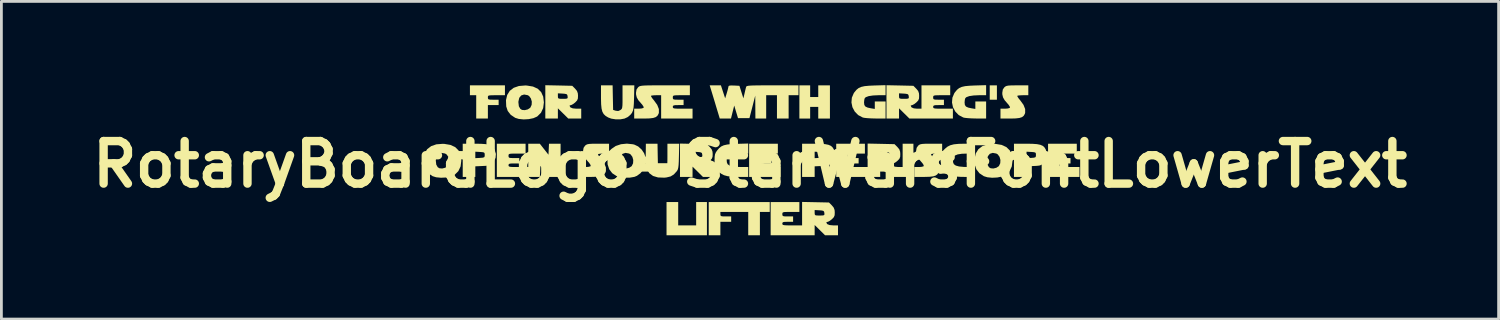
<source format=kicad_pcb>
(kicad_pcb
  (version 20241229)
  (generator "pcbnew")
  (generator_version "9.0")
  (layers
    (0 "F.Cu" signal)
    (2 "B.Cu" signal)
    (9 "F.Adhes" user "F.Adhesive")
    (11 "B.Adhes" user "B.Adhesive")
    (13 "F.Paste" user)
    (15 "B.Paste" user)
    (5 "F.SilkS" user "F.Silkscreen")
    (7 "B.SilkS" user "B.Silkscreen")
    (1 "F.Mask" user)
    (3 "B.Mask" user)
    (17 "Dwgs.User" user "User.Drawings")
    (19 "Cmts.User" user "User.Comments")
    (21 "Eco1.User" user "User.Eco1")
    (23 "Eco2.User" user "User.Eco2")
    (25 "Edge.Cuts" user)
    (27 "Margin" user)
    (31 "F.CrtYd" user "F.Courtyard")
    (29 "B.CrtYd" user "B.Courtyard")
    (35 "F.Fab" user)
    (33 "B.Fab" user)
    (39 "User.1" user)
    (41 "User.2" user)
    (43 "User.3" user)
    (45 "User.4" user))
  (footprint "RotaryBoardLogo-StarWarsFontLowerText"
    (layer "F.Cu")
    (at 23.811 2.836)
    (property "Reference" "RotaryBoardLogo-StarWarsFontLowerText" (at 0 0 0) (layer "F.SilkS") (effects (font (size 1.524 1.524) (thickness 0.3))))
    (attr board_only exclude_from_pos_files exclude_from_bom)
    (fp_poly (pts (xy 8.842 -2.315) (xy 8.585 -2.315) (xy 8.585 -2.829) (xy 8.842 -2.829)) (stroke (width 0) (type solid)) (fill yes) (layer "F.SilkS"))
    (fp_poly (pts (xy -2.572 2.186) (xy -1.929 2.186) (xy -1.929 1.35) (xy -1.543 1.35) (xy -1.543 2.54) (xy -2.99 2.54) (xy -2.99 1.35) (xy -2.572 1.35)) (stroke (width 0) (type solid)) (fill yes) (layer "F.SilkS"))
    (fp_poly (pts (xy 2.154 -2.411) (xy 2.444 -2.411) (xy 2.444 -2.829) (xy 2.862 -2.829) (xy 2.862 -1.64) (xy 2.444 -1.64) (xy 2.444 -2.058) (xy 2.154 -2.058) (xy 2.154 -1.64) (xy 1.768 -1.64) (xy 1.768 -2.829) (xy 2.154 -2.829)) (stroke (width 0) (type solid)) (fill yes) (layer "F.SilkS"))
    (fp_poly (pts (xy 0.707 1.704) (xy 0.354 1.704) (xy 0.354 2.54) (xy -0.064 2.54) (xy -0.064 1.704) (xy -1.061 1.704) (xy -1.061 1.784) (xy -1.057 1.829) (xy -1.035 1.853) (xy -0.979 1.863) (xy -0.875 1.865) (xy -0.868 1.865) (xy -0.675 1.865) (xy -0.675 2.058) (xy -1.061 2.058) (xy -1.061 2.54) (xy -1.479 2.54) (xy -1.479 1.35) (xy 0.707 1.35)) (stroke (width 0) (type solid)) (fill yes) (layer "F.SilkS"))
    (fp_poly (pts (xy -8.777 -2.476) (xy -9.083 -2.476) (xy -9.224 -2.475) (xy -9.314 -2.471) (xy -9.363 -2.461) (xy -9.384 -2.441) (xy -9.388 -2.409) (xy -9.388 -2.395) (xy -9.384 -2.351) (xy -9.362 -2.327) (xy -9.306 -2.317) (xy -9.202 -2.315) (xy -9.195 -2.315) (xy -9.003 -2.315) (xy -9.003 -2.122) (xy -9.388 -2.122) (xy -9.388 -1.64) (xy -9.806 -1.64) (xy -9.806 -2.476) (xy -10.031 -2.476) (xy -10.031 -2.829) (xy -8.777 -2.829)) (stroke (width 0) (type solid)) (fill yes) (layer "F.SilkS"))
    (fp_poly (pts (xy 0.997 -0.386) (xy 0.691 -0.386) (xy 0.55 -0.385) (xy 0.461 -0.381) (xy 0.411 -0.371) (xy 0.391 -0.352) (xy 0.386 -0.319) (xy 0.386 -0.305) (xy 0.39 -0.261) (xy 0.412 -0.237) (xy 0.468 -0.227) (xy 0.572 -0.225) (xy 0.579 -0.225) (xy 0.772 -0.225) (xy 0.772 -0.032) (xy 0.579 -0.032) (xy 0.471 -0.03) (xy 0.413 -0.019) (xy 0.389 0.004) (xy 0.386 0.032) (xy 0.39 0.06) (xy 0.41 0.079) (xy 0.456 0.09) (xy 0.54 0.095) (xy 0.673 0.096) (xy 0.739 0.096) (xy 1.093 0.096) (xy 1.093 0.45) (xy -0.032 0.45) (xy -0.032 -0.739) (xy 0.997 -0.739)) (stroke (width 0) (type solid)) (fill yes) (layer "F.SilkS"))
    (fp_poly (pts (xy 11.703 -0.386) (xy 11.398 -0.386) (xy 11.256 -0.385) (xy 11.167 -0.381) (xy 11.118 -0.371) (xy 11.097 -0.352) (xy 11.092 -0.319) (xy 11.092 -0.305) (xy 11.096 -0.261) (xy 11.119 -0.237) (xy 11.174 -0.227) (xy 11.279 -0.225) (xy 11.285 -0.225) (xy 11.478 -0.225) (xy 11.478 -0.032) (xy 11.285 -0.032) (xy 11.178 -0.03) (xy 11.119 -0.019) (xy 11.096 0.004) (xy 11.092 0.032) (xy 11.096 0.06) (xy 11.116 0.079) (xy 11.162 0.09) (xy 11.246 0.095) (xy 11.379 0.096) (xy 11.446 0.096) (xy 11.8 0.096) (xy 11.8 0.45) (xy 10.674 0.45) (xy 10.674 -0.739) (xy 11.703 -0.739)) (stroke (width 0) (type solid)) (fill yes) (layer "F.SilkS"))
    (fp_poly (pts (xy -9.631 -0.736) (xy -9.465 -0.724) (xy -9.343 -0.7) (xy -9.257 -0.662) (xy -9.195 -0.607) (xy -9.15 -0.531) (xy -9.101 -0.373) (xy -9.113 -0.229) (xy -9.188 -0.097) (xy -9.209 -0.072) (xy -9.266 -0.013) (xy -9.317 0.024) (xy -9.38 0.044) (xy -9.474 0.054) (xy -9.578 0.059) (xy -9.838 0.071) (xy -9.838 0.45) (xy -10.289 0.45) (xy -10.289 -0.453) (xy -9.838 -0.453) (xy -9.838 -0.222) (xy -9.67 -0.231) (xy -9.572 -0.239) (xy -9.521 -0.255) (xy -9.503 -0.288) (xy -9.501 -0.338) (xy -9.505 -0.394) (xy -9.526 -0.424) (xy -9.582 -0.437) (xy -9.67 -0.444) (xy -9.838 -0.453) (xy -10.289 -0.453) (xy -10.289 -0.739) (xy -9.851 -0.739)) (stroke (width 0) (type solid)) (fill yes) (layer "F.SilkS"))
    (fp_poly (pts (xy 2.523 -0.736) (xy 2.689 -0.724) (xy 2.81 -0.7) (xy 2.897 -0.662) (xy 2.958 -0.607) (xy 3.004 -0.531) (xy 3.053 -0.373) (xy 3.04 -0.229) (xy 2.966 -0.097) (xy 2.945 -0.072) (xy 2.887 -0.013) (xy 2.836 0.024) (xy 2.773 0.044) (xy 2.679 0.054) (xy 2.575 0.059) (xy 2.315 0.071) (xy 2.315 0.45) (xy 1.865 0.45) (xy 1.865 -0.453) (xy 2.315 -0.453) (xy 2.315 -0.222) (xy 2.484 -0.231) (xy 2.582 -0.239) (xy 2.632 -0.255) (xy 2.65 -0.288) (xy 2.653 -0.338) (xy 2.649 -0.394) (xy 2.627 -0.424) (xy 2.571 -0.437) (xy 2.484 -0.444) (xy 2.315 -0.453) (xy 1.865 -0.453) (xy 1.865 -0.739) (xy 2.302 -0.739)) (stroke (width 0) (type solid)) (fill yes) (layer "F.SilkS"))
    (fp_poly (pts (xy 10.11 -0.736) (xy 10.277 -0.724) (xy 10.398 -0.7) (xy 10.485 -0.662) (xy 10.546 -0.607) (xy 10.592 -0.531) (xy 10.641 -0.373) (xy 10.628 -0.229) (xy 10.554 -0.097) (xy 10.533 -0.072) (xy 10.475 -0.013) (xy 10.424 0.024) (xy 10.361 0.044) (xy 10.267 0.054) (xy 10.163 0.059) (xy 9.903 0.071) (xy 9.903 0.45) (xy 9.453 0.45) (xy 9.453 -0.453) (xy 9.903 -0.453) (xy 9.903 -0.222) (xy 10.072 -0.231) (xy 10.17 -0.239) (xy 10.22 -0.255) (xy 10.238 -0.288) (xy 10.24 -0.338) (xy 10.237 -0.394) (xy 10.215 -0.424) (xy 10.159 -0.437) (xy 10.072 -0.444) (xy 9.903 -0.453) (xy 9.453 -0.453) (xy 9.453 -0.739) (xy 9.89 -0.739)) (stroke (width 0) (type solid)) (fill yes) (layer "F.SilkS"))
    (fp_poly (pts (xy -4.912 -2.39) (xy -4.903 -1.95) (xy -4.814 -1.921) (xy -4.721 -1.91) (xy -4.645 -1.943) (xy -4.613 -1.967) (xy -4.59 -1.995) (xy -4.577 -2.041) (xy -4.569 -2.115) (xy -4.566 -2.228) (xy -4.566 -2.394) (xy -4.566 -2.412) (xy -4.566 -2.829) (xy -4.143 -2.829) (xy -4.153 -2.381) (xy -4.16 -2.182) (xy -4.171 -2.034) (xy -4.192 -1.926) (xy -4.227 -1.845) (xy -4.279 -1.779) (xy -4.352 -1.715) (xy -4.384 -1.691) (xy -4.496 -1.639) (xy -4.646 -1.612) (xy -4.81 -1.612) (xy -4.968 -1.637) (xy -5.078 -1.678) (xy -5.172 -1.735) (xy -5.241 -1.801) (xy -5.288 -1.885) (xy -5.317 -1.999) (xy -5.332 -2.153) (xy -5.337 -2.359) (xy -5.337 -2.403) (xy -5.337 -2.829) (xy -4.921 -2.829)) (stroke (width 0) (type solid)) (fill yes) (layer "F.SilkS"))
    (fp_poly (pts (xy 4.855 -2.476) (xy 4.606 -2.476) (xy 4.407 -2.467) (xy 4.252 -2.444) (xy 4.148 -2.406) (xy 4.11 -2.372) (xy 4.093 -2.314) (xy 4.084 -2.226) (xy 4.084 -2.212) (xy 4.094 -2.126) (xy 4.134 -2.069) (xy 4.215 -2.032) (xy 4.336 -2.006) (xy 4.469 -1.985) (xy 4.469 -2.251) (xy 4.855 -2.251) (xy 4.855 -1.64) (xy 4.493 -1.642) (xy 4.337 -1.646) (xy 4.195 -1.655) (xy 4.086 -1.667) (xy 4.035 -1.679) (xy 3.873 -1.765) (xy 3.75 -1.892) (xy 3.668 -2.046) (xy 3.633 -2.215) (xy 3.647 -2.387) (xy 3.716 -2.549) (xy 3.743 -2.587) (xy 3.815 -2.672) (xy 3.891 -2.733) (xy 3.984 -2.774) (xy 4.105 -2.801) (xy 4.268 -2.816) (xy 4.445 -2.824) (xy 4.855 -2.836)) (stroke (width 0) (type solid)) (fill yes) (layer "F.SilkS"))
    (fp_poly (pts (xy 8.456 -2.476) (xy 8.207 -2.476) (xy 8.008 -2.467) (xy 7.853 -2.444) (xy 7.749 -2.406) (xy 7.711 -2.372) (xy 7.694 -2.314) (xy 7.685 -2.226) (xy 7.685 -2.212) (xy 7.695 -2.126) (xy 7.735 -2.069) (xy 7.816 -2.032) (xy 7.937 -2.006) (xy 8.07 -1.985) (xy 8.07 -2.251) (xy 8.456 -2.251) (xy 8.456 -1.64) (xy 8.094 -1.642) (xy 7.938 -1.646) (xy 7.796 -1.655) (xy 7.687 -1.667) (xy 7.636 -1.679) (xy 7.474 -1.765) (xy 7.351 -1.892) (xy 7.269 -2.046) (xy 7.234 -2.215) (xy 7.248 -2.387) (xy 7.317 -2.549) (xy 7.344 -2.587) (xy 7.416 -2.672) (xy 7.492 -2.733) (xy 7.585 -2.774) (xy 7.706 -2.801) (xy 7.869 -2.816) (xy 8.046 -2.824) (xy 8.456 -2.836)) (stroke (width 0) (type solid)) (fill yes) (layer "F.SilkS"))
    (fp_poly (pts (xy -8.038 -0.386) (xy -8.343 -0.386) (xy -8.485 -0.385) (xy -8.574 -0.381) (xy -8.623 -0.371) (xy -8.644 -0.352) (xy -8.649 -0.319) (xy -8.649 -0.305) (xy -8.645 -0.261) (xy -8.622 -0.237) (xy -8.567 -0.227) (xy -8.463 -0.225) (xy -8.456 -0.225) (xy -8.263 -0.225) (xy -8.263 -0.032) (xy -8.456 -0.032) (xy -8.564 -0.03) (xy -8.622 -0.019) (xy -8.645 0.004) (xy -8.649 0.032) (xy -8.645 0.06) (xy -8.625 0.079) (xy -8.579 0.09) (xy -8.495 0.095) (xy -8.362 0.096) (xy -8.295 0.096) (xy -7.942 0.096) (xy -7.942 -0.739) (xy -7.528 -0.739) (xy -7.218 -0.345) (xy -7.199 -0.739) (xy -6.784 -0.739) (xy -6.784 0.45) (xy -7.202 0.45) (xy -7.507 0.056) (xy -7.517 0.253) (xy -7.527 0.45) (xy -9.067 0.45) (xy -9.067 -0.739) (xy -8.038 -0.739)) (stroke (width 0) (type solid)) (fill yes) (layer "F.SilkS"))
    (fp_poly (pts (xy 9.967 -2.476) (xy 9.78 -2.476) (xy 9.675 -2.472) (xy 9.599 -2.464) (xy 9.572 -2.455) (xy 9.58 -2.423) (xy 9.623 -2.358) (xy 9.679 -2.29) (xy 9.795 -2.13) (xy 9.854 -1.98) (xy 9.854 -1.846) (xy 9.841 -1.806) (xy 9.801 -1.738) (xy 9.741 -1.691) (xy 9.649 -1.661) (xy 9.516 -1.645) (xy 9.331 -1.64) (xy 9.306 -1.64) (xy 8.97 -1.64) (xy 8.97 -1.993) (xy 9.129 -1.993) (xy 9.226 -2) (xy 9.293 -2.017) (xy 9.31 -2.028) (xy 9.302 -2.07) (xy 9.258 -2.137) (xy 9.219 -2.181) (xy 9.119 -2.297) (xy 9.062 -2.397) (xy 9.037 -2.501) (xy 9.035 -2.564) (xy 9.054 -2.681) (xy 9.109 -2.759) (xy 9.146 -2.789) (xy 9.19 -2.809) (xy 9.254 -2.821) (xy 9.351 -2.827) (xy 9.494 -2.829) (xy 9.575 -2.829) (xy 9.967 -2.829)) (stroke (width 0) (type solid)) (fill yes) (layer "F.SilkS"))
    (fp_poly (pts (xy -10.949 -0.733) (xy -10.73 -0.696) (xy -10.559 -0.618) (xy -10.438 -0.498) (xy -10.365 -0.335) (xy -10.34 -0.131) (xy -10.34 -0.129) (xy -10.366 0.075) (xy -10.444 0.241) (xy -10.572 0.369) (xy -10.585 0.379) (xy -10.717 0.437) (xy -10.886 0.471) (xy -11.068 0.48) (xy -11.241 0.463) (xy -11.367 0.424) (xy -11.525 0.319) (xy -11.635 0.179) (xy -11.689 0.016) (xy -11.695 -0.132) (xy -11.253 -0.132) (xy -11.237 0.01) (xy -11.185 0.101) (xy -11.125 0.14) (xy -11.026 0.149) (xy -10.917 0.122) (xy -10.832 0.066) (xy -10.827 0.061) (xy -10.779 -0.04) (xy -10.773 -0.157) (xy -10.805 -0.269) (xy -10.869 -0.357) (xy -10.922 -0.388) (xy -11.05 -0.411) (xy -11.152 -0.378) (xy -11.222 -0.293) (xy -11.252 -0.162) (xy -11.253 -0.132) (xy -11.695 -0.132) (xy -11.698 -0.207) (xy -11.654 -0.395) (xy -11.561 -0.544) (xy -11.42 -0.652) (xy -11.234 -0.717) (xy -11.006 -0.735)) (stroke (width 0) (type solid)) (fill yes) (layer "F.SilkS"))
    (fp_poly (pts (xy -7.991 -2.822) (xy -7.772 -2.786) (xy -7.601 -2.708) (xy -7.48 -2.587) (xy -7.407 -2.425) (xy -7.382 -2.221) (xy -7.382 -2.218) (xy -7.408 -2.015) (xy -7.486 -1.848) (xy -7.614 -1.721) (xy -7.627 -1.711) (xy -7.759 -1.653) (xy -7.928 -1.619) (xy -8.11 -1.609) (xy -8.283 -1.627) (xy -8.409 -1.666) (xy -8.567 -1.771) (xy -8.677 -1.911) (xy -8.731 -2.074) (xy -8.737 -2.222) (xy -8.295 -2.222) (xy -8.279 -2.08) (xy -8.227 -1.989) (xy -8.167 -1.95) (xy -8.068 -1.941) (xy -7.959 -1.968) (xy -7.874 -2.024) (xy -7.869 -2.029) (xy -7.821 -2.13) (xy -7.815 -2.247) (xy -7.847 -2.359) (xy -7.911 -2.447) (xy -7.964 -2.478) (xy -8.092 -2.501) (xy -8.194 -2.467) (xy -8.264 -2.383) (xy -8.294 -2.252) (xy -8.295 -2.222) (xy -8.737 -2.222) (xy -8.74 -2.297) (xy -8.696 -2.485) (xy -8.603 -2.634) (xy -8.462 -2.742) (xy -8.277 -2.806) (xy -8.048 -2.825)) (stroke (width 0) (type solid)) (fill yes) (layer "F.SilkS"))
    (fp_poly (pts (xy -6.849 -2.824) (xy -6.367 -2.813) (xy -6.265 -2.711) (xy -6.197 -2.629) (xy -6.167 -2.544) (xy -6.16 -2.46) (xy -6.165 -2.358) (xy -6.193 -2.289) (xy -6.257 -2.221) (xy -6.262 -2.216) (xy -6.337 -2.158) (xy -6.4 -2.125) (xy -6.415 -2.122) (xy -6.457 -2.108) (xy -6.463 -2.096) (xy -6.433 -2.04) (xy -6.347 -2.005) (xy -6.215 -1.993) (xy -6.045 -1.993) (xy -6.045 -1.64) (xy -6.509 -1.64) (xy -6.695 -1.824) (xy -6.881 -2.007) (xy -6.881 -1.64) (xy -7.331 -1.64) (xy -7.331 -2.543) (xy -6.881 -2.543) (xy -6.881 -2.445) (xy -6.878 -2.389) (xy -6.859 -2.36) (xy -6.808 -2.349) (xy -6.71 -2.347) (xy -6.702 -2.347) (xy -6.6 -2.349) (xy -6.548 -2.358) (xy -6.53 -2.384) (xy -6.533 -2.434) (xy -6.533 -2.436) (xy -6.544 -2.487) (xy -6.573 -2.515) (xy -6.638 -2.528) (xy -6.712 -2.534) (xy -6.881 -2.543) (xy -7.331 -2.543) (xy -7.331 -2.834)) (stroke (width 0) (type solid)) (fill yes) (layer "F.SilkS"))
    (fp_poly (pts (xy 8.792 -0.733) (xy 9.012 -0.696) (xy 9.182 -0.618) (xy 9.304 -0.498) (xy 9.377 -0.335) (xy 9.401 -0.131) (xy 9.401 -0.129) (xy 9.375 0.075) (xy 9.298 0.241) (xy 9.169 0.369) (xy 9.156 0.379) (xy 9.024 0.437) (xy 8.855 0.471) (xy 8.673 0.48) (xy 8.501 0.463) (xy 8.374 0.424) (xy 8.217 0.319) (xy 8.107 0.179) (xy 8.052 0.016) (xy 8.046 -0.132) (xy 8.488 -0.132) (xy 8.505 0.01) (xy 8.556 0.101) (xy 8.617 0.14) (xy 8.715 0.149) (xy 8.824 0.122) (xy 8.909 0.066) (xy 8.914 0.061) (xy 8.962 -0.04) (xy 8.968 -0.157) (xy 8.937 -0.269) (xy 8.872 -0.357) (xy 8.819 -0.388) (xy 8.692 -0.411) (xy 8.589 -0.378) (xy 8.52 -0.293) (xy 8.489 -0.162) (xy 8.488 -0.132) (xy 8.046 -0.132) (xy 8.043 -0.207) (xy 8.087 -0.395) (xy 8.18 -0.544) (xy 8.321 -0.652) (xy 8.507 -0.717) (xy 8.735 -0.735)) (stroke (width 0) (type solid)) (fill yes) (layer "F.SilkS"))
    (fp_poly (pts (xy -0.89 -2.363) (xy -0.831 -2.556) (xy -0.8 -2.664) (xy -0.779 -2.751) (xy -0.772 -2.791) (xy -0.752 -2.815) (xy -0.687 -2.825) (xy -0.575 -2.823) (xy -0.379 -2.813) (xy -0.308 -2.588) (xy -0.237 -2.363) (xy -0.196 -2.54) (xy -0.171 -2.649) (xy -0.149 -2.738) (xy -0.14 -2.773) (xy -0.131 -2.789) (xy -0.111 -2.802) (xy -0.072 -2.812) (xy -0.007 -2.819) (xy 0.09 -2.824) (xy 0.227 -2.827) (xy 0.41 -2.829) (xy 0.647 -2.829) (xy 0.806 -2.829) (xy 1.736 -2.829) (xy 1.736 -2.476) (xy 1.383 -2.476) (xy 1.383 -1.64) (xy 0.965 -1.64) (xy 0.965 -2.476) (xy 0.579 -2.476) (xy 0.579 -1.64) (xy 0.193 -1.64) (xy 0.19 -2.05) (xy 0.187 -2.46) (xy 0.084 -2.058) (xy -0.02 -1.656) (xy -0.43 -1.656) (xy -0.498 -1.881) (xy -0.566 -2.106) (xy -0.624 -1.873) (xy -0.682 -1.64) (xy -1.083 -1.64) (xy -1.217 -2.082) (xy -1.269 -2.256) (xy -1.319 -2.421) (xy -1.362 -2.562) (xy -1.392 -2.661) (xy -1.397 -2.677) (xy -1.444 -2.829) (xy -1.042 -2.829)) (stroke (width 0) (type solid)) (fill yes) (layer "F.SilkS"))
    (fp_poly (pts (xy -2.154 -2.476) (xy -2.46 -2.476) (xy -2.601 -2.475) (xy -2.69 -2.471) (xy -2.739 -2.461) (xy -2.76 -2.441) (xy -2.765 -2.409) (xy -2.765 -2.395) (xy -2.761 -2.351) (xy -2.739 -2.327) (xy -2.683 -2.317) (xy -2.579 -2.315) (xy -2.572 -2.315) (xy -2.379 -2.315) (xy -2.379 -2.122) (xy -2.572 -2.122) (xy -2.68 -2.12) (xy -2.738 -2.109) (xy -2.762 -2.086) (xy -2.765 -2.058) (xy -2.761 -2.03) (xy -2.741 -2.011) (xy -2.695 -2) (xy -2.611 -1.995) (xy -2.478 -1.993) (xy -2.411 -1.993) (xy -2.058 -1.993) (xy -2.058 -1.64) (xy -3.183 -1.64) (xy -3.183 -2.476) (xy -3.355 -2.476) (xy -3.454 -2.472) (xy -3.526 -2.463) (xy -3.546 -2.455) (xy -3.538 -2.423) (xy -3.495 -2.358) (xy -3.439 -2.29) (xy -3.323 -2.13) (xy -3.264 -1.98) (xy -3.264 -1.846) (xy -3.277 -1.806) (xy -3.317 -1.738) (xy -3.377 -1.691) (xy -3.469 -1.661) (xy -3.602 -1.645) (xy -3.787 -1.64) (xy -3.812 -1.64) (xy -4.148 -1.64) (xy -4.148 -1.993) (xy -3.989 -1.993) (xy -3.892 -2) (xy -3.825 -2.017) (xy -3.808 -2.028) (xy -3.816 -2.07) (xy -3.86 -2.137) (xy -3.899 -2.181) (xy -3.999 -2.297) (xy -4.056 -2.397) (xy -4.081 -2.501) (xy -4.083 -2.564) (xy -4.064 -2.681) (xy -4.009 -2.759) (xy -3.985 -2.78) (xy -3.957 -2.796) (xy -3.918 -2.808) (xy -3.86 -2.817) (xy -3.775 -2.823) (xy -3.655 -2.827) (xy -3.493 -2.829) (xy -3.281 -2.829) (xy -3.044 -2.829) (xy -2.154 -2.829)) (stroke (width 0) (type solid)) (fill yes) (layer "F.SilkS"))
    (fp_poly (pts (xy 5.369 -2.824) (xy 5.851 -2.813) (xy 5.952 -2.711) (xy 6.021 -2.629) (xy 6.051 -2.544) (xy 6.057 -2.46) (xy 6.053 -2.358) (xy 6.025 -2.289) (xy 5.961 -2.221) (xy 5.956 -2.216) (xy 5.881 -2.158) (xy 5.818 -2.125) (xy 5.803 -2.122) (xy 5.76 -2.108) (xy 5.755 -2.096) (xy 5.785 -2.04) (xy 5.868 -2.005) (xy 5.987 -1.993) (xy 6.141 -1.993) (xy 6.141 -2.829) (xy 7.17 -2.829) (xy 7.17 -2.476) (xy 6.864 -2.476) (xy 6.723 -2.475) (xy 6.634 -2.471) (xy 6.585 -2.461) (xy 6.564 -2.441) (xy 6.559 -2.409) (xy 6.559 -2.395) (xy 6.563 -2.351) (xy 6.585 -2.327) (xy 6.641 -2.317) (xy 6.745 -2.315) (xy 6.752 -2.315) (xy 6.945 -2.315) (xy 6.945 -2.122) (xy 6.752 -2.122) (xy 6.644 -2.12) (xy 6.586 -2.109) (xy 6.563 -2.086) (xy 6.559 -2.058) (xy 6.563 -2.03) (xy 6.583 -2.011) (xy 6.629 -2) (xy 6.713 -1.995) (xy 6.846 -1.993) (xy 6.913 -1.993) (xy 7.266 -1.993) (xy 7.266 -1.64) (xy 5.709 -1.64) (xy 5.337 -2.007) (xy 5.337 -1.64) (xy 4.887 -1.64) (xy 4.887 -2.543) (xy 5.337 -2.543) (xy 5.337 -2.445) (xy 5.34 -2.389) (xy 5.359 -2.36) (xy 5.409 -2.349) (xy 5.508 -2.347) (xy 5.516 -2.347) (xy 5.618 -2.349) (xy 5.67 -2.358) (xy 5.688 -2.384) (xy 5.685 -2.434) (xy 5.685 -2.436) (xy 5.674 -2.487) (xy 5.644 -2.515) (xy 5.58 -2.528) (xy 5.506 -2.534) (xy 5.337 -2.543) (xy 4.887 -2.543) (xy 4.887 -2.834)) (stroke (width 0) (type solid)) (fill yes) (layer "F.SilkS"))
    (fp_poly (pts (xy 2.347 1.356) (xy 2.828 1.366) (xy 2.93 1.468) (xy 2.998 1.551) (xy 3.029 1.636) (xy 3.035 1.72) (xy 3.031 1.822) (xy 3.003 1.891) (xy 2.939 1.959) (xy 2.933 1.964) (xy 2.858 2.022) (xy 2.796 2.055) (xy 2.781 2.058) (xy 2.738 2.072) (xy 2.733 2.083) (xy 2.763 2.139) (xy 2.848 2.174) (xy 2.98 2.186) (xy 3.151 2.186) (xy 3.151 2.54) (xy 2.687 2.54) (xy 2.501 2.356) (xy 2.315 2.172) (xy 2.315 2.54) (xy 0.739 2.54) (xy 0.739 1.35) (xy 1.768 1.35) (xy 1.768 1.704) (xy 1.463 1.704) (xy 1.321 1.705) (xy 1.232 1.708) (xy 1.183 1.719) (xy 1.162 1.738) (xy 1.158 1.771) (xy 1.157 1.784) (xy 1.162 1.829) (xy 1.184 1.853) (xy 1.24 1.863) (xy 1.344 1.865) (xy 1.35 1.865) (xy 1.543 1.865) (xy 1.543 2.058) (xy 1.35 2.058) (xy 1.243 2.06) (xy 1.184 2.07) (xy 1.161 2.094) (xy 1.157 2.122) (xy 1.162 2.15) (xy 1.181 2.169) (xy 1.227 2.179) (xy 1.312 2.185) (xy 1.444 2.186) (xy 1.511 2.186) (xy 1.865 2.186) (xy 1.865 1.636) (xy 2.315 1.636) (xy 2.315 1.735) (xy 2.318 1.79) (xy 2.337 1.82) (xy 2.387 1.831) (xy 2.485 1.833) (xy 2.494 1.833) (xy 2.596 1.831) (xy 2.648 1.821) (xy 2.665 1.796) (xy 2.663 1.746) (xy 2.663 1.744) (xy 2.652 1.692) (xy 2.622 1.664) (xy 2.557 1.651) (xy 2.484 1.646) (xy 2.315 1.636) (xy 1.865 1.636) (xy 1.865 1.346)) (stroke (width 0) (type solid)) (fill yes) (layer "F.SilkS"))
    (fp_poly (pts (xy 6.881 -0.457) (xy 6.987 -0.563) (xy 7.073 -0.634) (xy 7.173 -0.684) (xy 7.3 -0.717) (xy 7.466 -0.734) (xy 7.684 -0.739) (xy 7.692 -0.739) (xy 8.038 -0.739) (xy 8.038 -0.386) (xy 7.789 -0.386) (xy 7.585 -0.379) (xy 7.439 -0.357) (xy 7.341 -0.316) (xy 7.287 -0.251) (xy 7.268 -0.158) (xy 7.272 -0.076) (xy 7.3 -0.006) (xy 7.37 0.044) (xy 7.487 0.076) (xy 7.659 0.092) (xy 7.773 0.095) (xy 8.038 0.096) (xy 8.038 0.45) (xy 7.689 0.45) (xy 7.533 0.447) (xy 7.39 0.438) (xy 7.279 0.424) (xy 7.231 0.414) (xy 7.053 0.324) (xy 6.923 0.193) (xy 6.844 0.027) (xy 6.82 -0.169) (xy 6.823 -0.224) (xy 6.839 -0.386) (xy 6.672 -0.386) (xy 6.574 -0.382) (xy 6.504 -0.373) (xy 6.485 -0.365) (xy 6.494 -0.333) (xy 6.536 -0.268) (xy 6.592 -0.2) (xy 6.708 -0.04) (xy 6.767 0.11) (xy 6.767 0.244) (xy 6.754 0.284) (xy 6.715 0.352) (xy 6.654 0.399) (xy 6.563 0.429) (xy 6.43 0.445) (xy 6.244 0.45) (xy 6.22 0.45) (xy 5.884 0.45) (xy 5.884 0.096) (xy 6.043 0.096) (xy 6.139 0.09) (xy 6.207 0.073) (xy 6.223 0.061) (xy 6.215 0.02) (xy 6.171 -0.047) (xy 6.132 -0.091) (xy 6.032 -0.207) (xy 5.975 -0.307) (xy 5.951 -0.411) (xy 5.948 -0.475) (xy 5.967 -0.591) (xy 6.023 -0.67) (xy 6.059 -0.699) (xy 6.103 -0.719) (xy 6.167 -0.731) (xy 6.264 -0.737) (xy 6.407 -0.739) (xy 6.489 -0.739) (xy 6.881 -0.739)) (stroke (width 0) (type solid)) (fill yes) (layer "F.SilkS"))
    (fp_poly (pts (xy 4.694 -0.734) (xy 5.175 -0.723) (xy 5.277 -0.621) (xy 5.346 -0.539) (xy 5.376 -0.454) (xy 5.382 -0.37) (xy 5.378 -0.268) (xy 5.35 -0.199) (xy 5.286 -0.131) (xy 5.28 -0.126) (xy 5.205 -0.068) (xy 5.143 -0.035) (xy 5.128 -0.032) (xy 5.085 -0.018) (xy 5.08 -0.006) (xy 5.11 0.049) (xy 5.193 0.085) (xy 5.311 0.096) (xy 5.466 0.096) (xy 5.466 -0.739) (xy 5.852 -0.739) (xy 5.852 0.45) (xy 5.034 0.45) (xy 4.848 0.266) (xy 4.662 0.082) (xy 4.662 0.45) (xy 3.087 0.45) (xy 3.087 -0.739) (xy 4.115 -0.739) (xy 4.115 -0.386) (xy 3.81 -0.386) (xy 3.668 -0.385) (xy 3.579 -0.381) (xy 3.53 -0.371) (xy 3.509 -0.352) (xy 3.505 -0.319) (xy 3.505 -0.305) (xy 3.509 -0.261) (xy 3.531 -0.237) (xy 3.587 -0.227) (xy 3.691 -0.225) (xy 3.697 -0.225) (xy 3.89 -0.225) (xy 3.89 -0.032) (xy 3.697 -0.032) (xy 3.59 -0.03) (xy 3.532 -0.019) (xy 3.508 0.004) (xy 3.505 0.032) (xy 3.509 0.06) (xy 3.528 0.079) (xy 3.575 0.09) (xy 3.659 0.095) (xy 3.792 0.096) (xy 3.858 0.096) (xy 4.212 0.096) (xy 4.212 -0.453) (xy 4.662 -0.453) (xy 4.662 -0.355) (xy 4.665 -0.299) (xy 4.684 -0.27) (xy 4.734 -0.259) (xy 4.832 -0.257) (xy 4.841 -0.257) (xy 4.943 -0.259) (xy 4.995 -0.269) (xy 5.012 -0.294) (xy 5.01 -0.344) (xy 5.01 -0.346) (xy 4.999 -0.398) (xy 4.969 -0.425) (xy 4.904 -0.438) (xy 4.831 -0.444) (xy 4.662 -0.453) (xy 4.212 -0.453) (xy 4.212 -0.744)) (stroke (width 0) (type solid)) (fill yes) (layer "F.SilkS"))
    (fp_poly (pts (xy -0.064 -0.386) (xy -0.313 -0.386) (xy -0.517 -0.379) (xy -0.664 -0.357) (xy -0.761 -0.316) (xy -0.816 -0.251) (xy -0.835 -0.158) (xy -0.83 -0.076) (xy -0.802 -0.006) (xy -0.732 0.044) (xy -0.615 0.076) (xy -0.443 0.092) (xy -0.33 0.095) (xy -0.064 0.096) (xy -0.064 0.45) (xy -0.406 0.45) (xy -0.628 0.444) (xy -0.799 0.425) (xy -0.931 0.389) (xy -1.038 0.332) (xy -1.114 0.271) (xy -1.222 0.169) (xy -1.222 0.45) (xy -1.686 0.45) (xy -1.872 0.266) (xy -2.058 0.082) (xy -2.058 0.45) (xy -2.508 0.45) (xy -2.508 -0.453) (xy -2.058 -0.453) (xy -2.058 -0.355) (xy -2.055 -0.299) (xy -2.036 -0.27) (xy -1.985 -0.259) (xy -1.887 -0.257) (xy -1.879 -0.257) (xy -1.777 -0.259) (xy -1.725 -0.269) (xy -1.707 -0.294) (xy -1.71 -0.344) (xy -1.71 -0.346) (xy -1.721 -0.398) (xy -1.751 -0.425) (xy -1.815 -0.438) (xy -1.889 -0.444) (xy -2.058 -0.453) (xy -2.508 -0.453) (xy -2.508 -0.744) (xy -2.026 -0.734) (xy -1.544 -0.723) (xy -1.442 -0.621) (xy -1.374 -0.539) (xy -1.344 -0.454) (xy -1.337 -0.37) (xy -1.342 -0.268) (xy -1.37 -0.199) (xy -1.434 -0.131) (xy -1.439 -0.126) (xy -1.514 -0.068) (xy -1.577 -0.035) (xy -1.592 -0.032) (xy -1.635 -0.018) (xy -1.64 -0.006) (xy -1.61 0.049) (xy -1.528 0.085) (xy -1.416 0.096) (xy -1.27 0.096) (xy -1.27 -0.139) (xy -1.267 -0.269) (xy -1.254 -0.356) (xy -1.226 -0.425) (xy -1.18 -0.493) (xy -1.107 -0.579) (xy -1.03 -0.641) (xy -0.938 -0.683) (xy -0.818 -0.71) (xy -0.657 -0.726) (xy -0.474 -0.734) (xy -0.064 -0.746)) (stroke (width 0) (type solid)) (fill yes) (layer "F.SilkS"))
    (fp_poly (pts (xy -4.193 -0.719) (xy -4.139 -0.705) (xy -4.004 -0.64) (xy -3.883 -0.531) (xy -3.794 -0.4) (xy -3.769 -0.332) (xy -3.753 -0.278) (xy -3.743 -0.265) (xy -3.737 -0.299) (xy -3.734 -0.388) (xy -3.733 -0.474) (xy -3.73 -0.739) (xy -3.313 -0.739) (xy -3.305 -0.3) (xy -3.296 0.139) (xy -3.206 0.169) (xy -3.113 0.18) (xy -3.037 0.147) (xy -3.005 0.123) (xy -2.983 0.095) (xy -2.969 0.049) (xy -2.962 -0.025) (xy -2.959 -0.138) (xy -2.958 -0.304) (xy -2.958 -0.322) (xy -2.958 -0.739) (xy -2.535 -0.739) (xy -2.546 -0.292) (xy -2.551 -0.108) (xy -2.558 0.023) (xy -2.569 0.114) (xy -2.584 0.176) (xy -2.607 0.223) (xy -2.622 0.245) (xy -2.728 0.362) (xy -2.844 0.433) (xy -2.992 0.469) (xy -3.072 0.477) (xy -3.295 0.469) (xy -3.473 0.416) (xy -3.607 0.316) (xy -3.695 0.172) (xy -3.724 0.076) (xy -3.75 -0.048) (xy -3.774 0.073) (xy -3.826 0.199) (xy -3.924 0.318) (xy -4.048 0.41) (xy -4.139 0.448) (xy -4.302 0.476) (xy -4.482 0.479) (xy -4.652 0.459) (xy -4.776 0.422) (xy -4.934 0.318) (xy -5.043 0.174) (xy -5.101 -0.003) (xy -5.104 -0.132) (xy -4.662 -0.132) (xy -4.645 0.01) (xy -4.594 0.101) (xy -4.533 0.14) (xy -4.435 0.149) (xy -4.326 0.122) (xy -4.241 0.066) (xy -4.236 0.061) (xy -4.188 -0.04) (xy -4.182 -0.157) (xy -4.213 -0.269) (xy -4.278 -0.357) (xy -4.331 -0.388) (xy -4.459 -0.411) (xy -4.561 -0.378) (xy -4.63 -0.293) (xy -4.661 -0.162) (xy -4.662 -0.132) (xy -5.104 -0.132) (xy -5.106 -0.209) (xy -5.1 -0.259) (xy -5.079 -0.386) (xy -5.251 -0.386) (xy -5.351 -0.382) (xy -5.422 -0.373) (xy -5.443 -0.365) (xy -5.435 -0.333) (xy -5.392 -0.268) (xy -5.336 -0.2) (xy -5.22 -0.04) (xy -5.161 0.11) (xy -5.161 0.244) (xy -5.174 0.284) (xy -5.214 0.352) (xy -5.274 0.399) (xy -5.366 0.429) (xy -5.499 0.445) (xy -5.684 0.45) (xy -5.708 0.45) (xy -6.045 0.45) (xy -6.045 0.096) (xy -5.886 0.096) (xy -5.789 0.09) (xy -5.722 0.073) (xy -5.705 0.061) (xy -5.713 0.02) (xy -5.757 -0.047) (xy -5.796 -0.091) (xy -5.896 -0.207) (xy -5.953 -0.307) (xy -5.977 -0.411) (xy -5.98 -0.475) (xy -5.961 -0.591) (xy -5.906 -0.67) (xy -5.869 -0.699) (xy -5.825 -0.719) (xy -5.761 -0.731) (xy -5.664 -0.737) (xy -5.521 -0.739) (xy -5.44 -0.739) (xy -5.048 -0.739) (xy -5.048 -0.47) (xy -4.959 -0.555) (xy -4.809 -0.658) (xy -4.621 -0.721) (xy -4.41 -0.742)) (stroke (width 0) (type solid)) (fill yes) (layer "F.SilkS")))
  (gr_rect
    (start -3 -3)
    (end 50.621 8.376)
    (stroke (width 0.1) (type default))
    (fill no)
    (layer "Edge.Cuts")))
</source>
